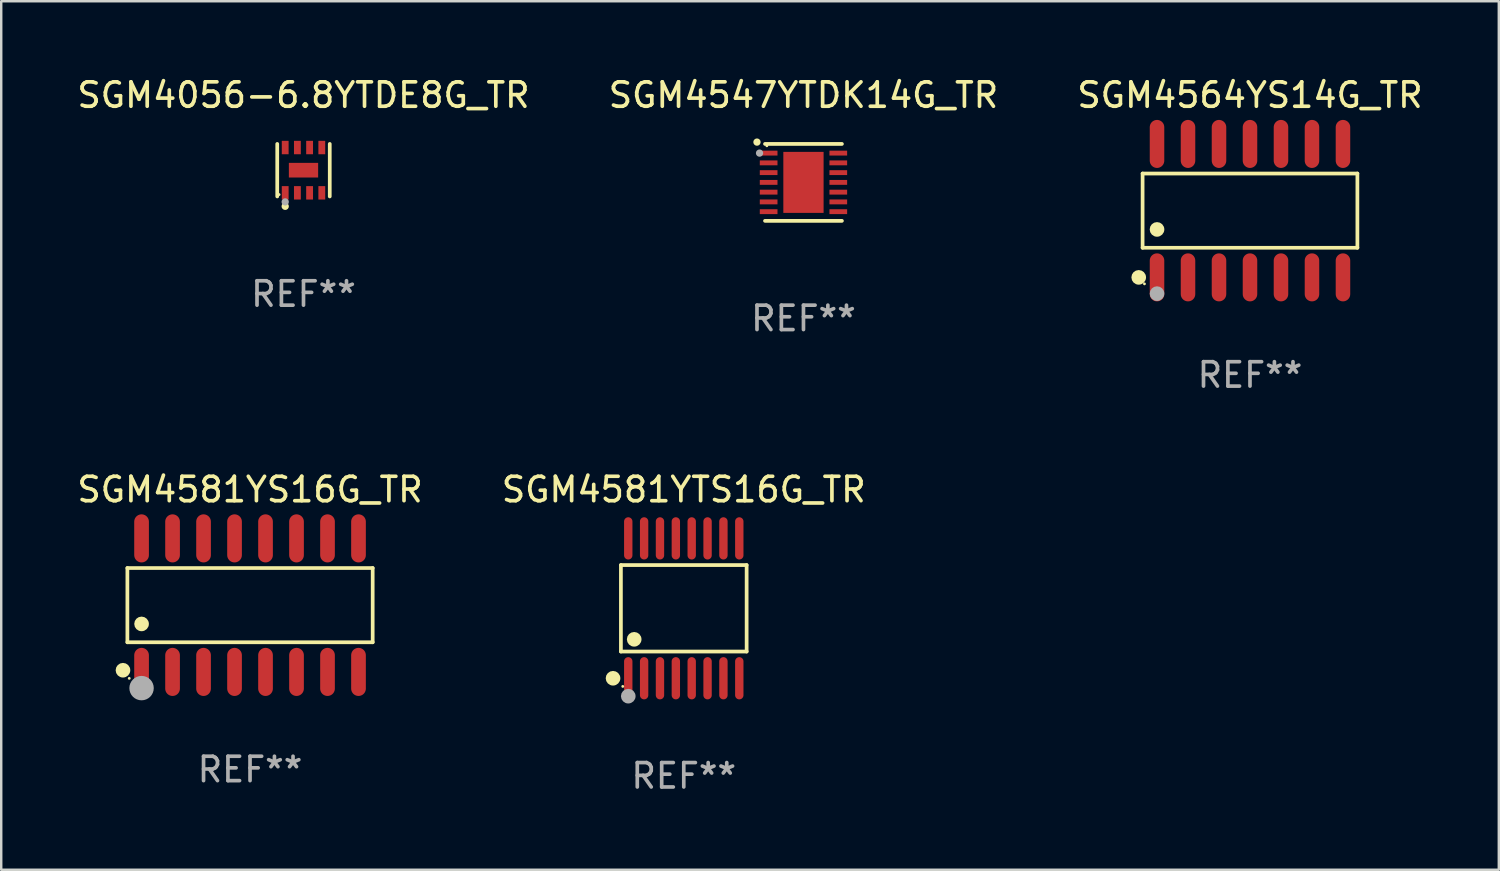
<source format=kicad_pcb>
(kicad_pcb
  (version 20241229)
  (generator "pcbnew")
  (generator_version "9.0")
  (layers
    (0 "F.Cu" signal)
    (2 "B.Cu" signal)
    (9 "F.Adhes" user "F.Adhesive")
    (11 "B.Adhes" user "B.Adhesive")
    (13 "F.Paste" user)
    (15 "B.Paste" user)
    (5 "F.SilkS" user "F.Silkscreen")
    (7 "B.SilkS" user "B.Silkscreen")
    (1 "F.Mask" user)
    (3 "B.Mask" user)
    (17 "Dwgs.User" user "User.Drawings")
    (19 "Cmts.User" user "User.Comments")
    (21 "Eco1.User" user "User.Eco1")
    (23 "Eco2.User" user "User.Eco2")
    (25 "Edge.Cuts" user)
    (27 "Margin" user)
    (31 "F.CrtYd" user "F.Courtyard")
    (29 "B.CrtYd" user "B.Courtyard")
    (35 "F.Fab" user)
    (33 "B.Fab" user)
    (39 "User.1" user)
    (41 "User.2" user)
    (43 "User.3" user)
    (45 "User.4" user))
  (footprint "SGM4564YS14G_TR"
    (layer "F.Cu")
    (at 48.173 5.582)
    (property "Reference" "SGM4564YS14G_TR" (at 0 -4.734 0) (layer "F.SilkS") (effects (font (size 1 1) (thickness 0.15))))
    (attr through_hole)
    (fp_line (start -4.401 -1.521) (end 4.401 -1.521) (stroke (width 0.152) (type solid)) (layer "F.SilkS"))
    (fp_line (start -4.401 1.521) (end -4.401 -1.521) (stroke (width 0.152) (type solid)) (layer "F.SilkS"))
    (fp_line (start 4.401 -1.521) (end 4.401 1.521) (stroke (width 0.152) (type solid)) (layer "F.SilkS"))
    (fp_line (start 4.401 1.521) (end -4.401 1.521) (stroke (width 0.152) (type solid)) (layer "F.SilkS"))
    (fp_circle (center -4.56 2.734) (end -4.41 2.734) (stroke (width 0.3) (type solid)) (fill no) (layer "F.SilkS"))
    (fp_circle (center -4.325 3) (end -4.295 3) (stroke (width 0.06) (type solid)) (fill no) (layer "F.SilkS"))
    (fp_circle (center -3.81 0.769) (end -3.66 0.769) (stroke (width 0.3) (type solid)) (fill no) (layer "F.SilkS"))
    (fp_circle (center -3.81 3.4) (end -3.66 3.4) (stroke (width 0.3) (type solid)) (fill no) (layer "F.Fab"))
    (fp_text user "REF**" (at 0 6.734 0) (layer "F.Fab") (effects (font (size 1 1) (thickness 0.15))))
    (pad "1" smd oval (at -3.81 2.734) (size 0.595 1.968) (layers "F.Cu" "F.Mask" "F.Paste"))
    (pad "2" smd oval (at -2.54 2.734) (size 0.595 1.968) (layers "F.Cu" "F.Mask" "F.Paste"))
    (pad "3" smd oval (at -1.27 2.734) (size 0.595 1.968) (layers "F.Cu" "F.Mask" "F.Paste"))
    (pad "4" smd oval (at 0 2.734) (size 0.595 1.968) (layers "F.Cu" "F.Mask" "F.Paste"))
    (pad "5" smd oval (at 1.27 2.734) (size 0.595 1.968) (layers "F.Cu" "F.Mask" "F.Paste"))
    (pad "6" smd oval (at 2.54 2.734) (size 0.595 1.968) (layers "F.Cu" "F.Mask" "F.Paste"))
    (pad "7" smd oval (at 3.81 2.734) (size 0.595 1.968) (layers "F.Cu" "F.Mask" "F.Paste"))
    (pad "8" smd oval (at 3.81 -2.734) (size 0.595 1.968) (layers "F.Cu" "F.Mask" "F.Paste"))
    (pad "9" smd oval (at 2.54 -2.734) (size 0.595 1.968) (layers "F.Cu" "F.Mask" "F.Paste"))
    (pad "10" smd oval (at 1.27 -2.734) (size 0.595 1.968) (layers "F.Cu" "F.Mask" "F.Paste"))
    (pad "11" smd oval (at 0 -2.734) (size 0.595 1.968) (layers "F.Cu" "F.Mask" "F.Paste"))
    (pad "12" smd oval (at -1.27 -2.734) (size 0.595 1.968) (layers "F.Cu" "F.Mask" "F.Paste"))
    (pad "13" smd oval (at -2.54 -2.734) (size 0.595 1.968) (layers "F.Cu" "F.Mask" "F.Paste"))
    (pad "14" smd oval (at -3.81 -2.734) (size 0.595 1.968) (layers "F.Cu" "F.Mask" "F.Paste")))
  (footprint "SGM4547YTDK14G_TR"
    (layer "F.Cu")
    (at 29.875 4.424)
    (property "Reference" "SGM4547YTDK14G_TR" (at 0 -3.576 0) (layer "F.SilkS") (effects (font (size 1 1) (thickness 0.15))))
    (attr through_hole)
    (fp_line (start -1.576 -1.576) (end 1.576 -1.576) (stroke (width 0.152) (type solid)) (layer "F.SilkS"))
    (fp_line (start -1.576 1.576) (end 1.576 1.576) (stroke (width 0.152) (type solid)) (layer "F.SilkS"))
    (fp_circle (center -1.905 -1.651) (end -1.83 -1.651) (stroke (width 0.15) (type solid)) (fill no) (layer "F.SilkS"))
    (fp_circle (center -1.5 -1.5) (end -1.47 -1.5) (stroke (width 0.06) (type solid)) (fill no) (layer "F.SilkS"))
    (fp_circle (center -1.8 -1.2) (end -1.725 -1.2) (stroke (width 0.15) (type solid)) (fill no) (layer "F.Fab"))
    (fp_text user "REF**" (at 0 5.576 0) (layer "F.Fab") (effects (font (size 1 1) (thickness 0.15))))
    (pad "1" smd rect (at -1.427 -1.2) (size 0.725 0.2) (layers "F.Cu" "F.Mask" "F.Paste"))
    (pad "2" smd rect (at -1.427 -0.8) (size 0.725 0.2) (layers "F.Cu" "F.Mask" "F.Paste"))
    (pad "3" smd rect (at -1.427 -0.4) (size 0.725 0.2) (layers "F.Cu" "F.Mask" "F.Paste"))
    (pad "4" smd rect (at -1.427 0) (size 0.725 0.2) (layers "F.Cu" "F.Mask" "F.Paste"))
    (pad "5" smd rect (at -1.427 0.4) (size 0.725 0.2) (layers "F.Cu" "F.Mask" "F.Paste"))
    (pad "6" smd rect (at -1.427 0.8) (size 0.725 0.2) (layers "F.Cu" "F.Mask" "F.Paste"))
    (pad "7" smd rect (at -1.427 1.2) (size 0.725 0.2) (layers "F.Cu" "F.Mask" "F.Paste"))
    (pad "8" smd rect (at 1.427 1.2) (size 0.725 0.2) (layers "F.Cu" "F.Mask" "F.Paste"))
    (pad "9" smd rect (at 1.427 0.8) (size 0.725 0.2) (layers "F.Cu" "F.Mask" "F.Paste"))
    (pad "10" smd rect (at 1.427 0.4) (size 0.725 0.2) (layers "F.Cu" "F.Mask" "F.Paste"))
    (pad "11" smd rect (at 1.427 0) (size 0.725 0.2) (layers "F.Cu" "F.Mask" "F.Paste"))
    (pad "12" smd rect (at 1.427 -0.4) (size 0.725 0.2) (layers "F.Cu" "F.Mask" "F.Paste"))
    (pad "13" smd rect (at 1.427 -0.8) (size 0.725 0.2) (layers "F.Cu" "F.Mask" "F.Paste"))
    (pad "14" smd rect (at 1.427 -1.2) (size 0.725 0.2) (layers "F.Cu" "F.Mask" "F.Paste"))
    (pad "15" smd rect (at 0 0) (size 1.65 2.5) (layers "F.Cu" "F.Mask" "F.Paste")))
  (footprint "SGM4581YTS16G_TR"
    (layer "F.Cu")
    (at 24.97 21.878)
    (property "Reference" "SGM4581YTS16G_TR" (at 0 -4.866 0) (layer "F.SilkS") (effects (font (size 1 1) (thickness 0.15))))
    (attr through_hole)
    (fp_line (start -2.576 -1.772) (end 2.576 -1.772) (stroke (width 0.152) (type solid)) (layer "F.SilkS"))
    (fp_line (start -2.576 1.771) (end -2.576 -1.772) (stroke (width 0.152) (type solid)) (layer "F.SilkS"))
    (fp_line (start 2.576 -1.772) (end 2.576 1.771) (stroke (width 0.152) (type solid)) (layer "F.SilkS"))
    (fp_line (start 2.576 1.771) (end -2.576 1.771) (stroke (width 0.152) (type solid)) (layer "F.SilkS"))
    (fp_circle (center -2.899 2.866) (end -2.749 2.866) (stroke (width 0.3) (type solid)) (fill no) (layer "F.SilkS"))
    (fp_circle (center -2.5 3.2) (end -2.47 3.2) (stroke (width 0.06) (type solid)) (fill no) (layer "F.SilkS"))
    (fp_circle (center -2.032 1.27) (end -1.882 1.27) (stroke (width 0.3) (type solid)) (fill no) (layer "F.SilkS"))
    (fp_circle (center -2.275 3.6) (end -2.125 3.6) (stroke (width 0.3) (type solid)) (fill no) (layer "F.Fab"))
    (fp_text user "REF**" (at 0 6.866 0) (layer "F.Fab") (effects (font (size 1 1) (thickness 0.15))))
    (pad "1" smd oval (at -2.275 2.866) (size 0.343 1.731) (layers "F.Cu" "F.Mask" "F.Paste"))
    (pad "2" smd oval (at -1.625 2.866) (size 0.343 1.731) (layers "F.Cu" "F.Mask" "F.Paste"))
    (pad "3" smd oval (at -0.975 2.866) (size 0.343 1.731) (layers "F.Cu" "F.Mask" "F.Paste"))
    (pad "4" smd oval (at -0.325 2.866) (size 0.343 1.731) (layers "F.Cu" "F.Mask" "F.Paste"))
    (pad "5" smd oval (at 0.325 2.866) (size 0.343 1.731) (layers "F.Cu" "F.Mask" "F.Paste"))
    (pad "6" smd oval (at 0.975 2.866) (size 0.343 1.731) (layers "F.Cu" "F.Mask" "F.Paste"))
    (pad "7" smd oval (at 1.625 2.866) (size 0.343 1.731) (layers "F.Cu" "F.Mask" "F.Paste"))
    (pad "8" smd oval (at 2.275 2.866) (size 0.343 1.731) (layers "F.Cu" "F.Mask" "F.Paste"))
    (pad "9" smd oval (at 2.275 -2.866) (size 0.343 1.731) (layers "F.Cu" "F.Mask" "F.Paste"))
    (pad "10" smd oval (at 1.625 -2.866) (size 0.343 1.731) (layers "F.Cu" "F.Mask" "F.Paste"))
    (pad "11" smd oval (at 0.975 -2.866) (size 0.343 1.731) (layers "F.Cu" "F.Mask" "F.Paste"))
    (pad "12" smd oval (at 0.325 -2.866) (size 0.343 1.731) (layers "F.Cu" "F.Mask" "F.Paste"))
    (pad "13" smd oval (at -0.325 -2.866) (size 0.343 1.731) (layers "F.Cu" "F.Mask" "F.Paste"))
    (pad "14" smd oval (at -0.975 -2.866) (size 0.343 1.731) (layers "F.Cu" "F.Mask" "F.Paste"))
    (pad "15" smd oval (at -1.625 -2.866) (size 0.343 1.731) (layers "F.Cu" "F.Mask" "F.Paste"))
    (pad "16" smd oval (at -2.275 -2.866) (size 0.343 1.731) (layers "F.Cu" "F.Mask" "F.Paste")))
  (footprint "SGM4581YS16G_TR"
    (layer "F.Cu")
    (at 7.196 21.748)
    (property "Reference" "SGM4581YS16G_TR" (at 0 -4.736 0) (layer "F.SilkS") (effects (font (size 1 1) (thickness 0.15))))
    (attr through_hole)
    (fp_line (start -5.026 -1.521) (end 5.026 -1.521) (stroke (width 0.152) (type solid)) (layer "F.SilkS"))
    (fp_line (start -5.026 1.521) (end -5.026 -1.521) (stroke (width 0.152) (type solid)) (layer "F.SilkS"))
    (fp_line (start 5.026 -1.521) (end 5.026 1.521) (stroke (width 0.152) (type solid)) (layer "F.SilkS"))
    (fp_line (start 5.026 1.521) (end -5.026 1.521) (stroke (width 0.152) (type solid)) (layer "F.SilkS"))
    (fp_circle (center -5.207 2.667) (end -5.057 2.667) (stroke (width 0.3) (type solid)) (fill no) (layer "F.SilkS"))
    (fp_circle (center -4.95 3) (end -4.92 3) (stroke (width 0.06) (type solid)) (fill no) (layer "F.SilkS"))
    (fp_circle (center -4.445 0.769) (end -4.295 0.769) (stroke (width 0.3) (type solid)) (fill no) (layer "F.SilkS"))
    (fp_circle (center -4.445 3.4) (end -4.195 3.4) (stroke (width 0.5) (type solid)) (fill no) (layer "F.Fab"))
    (fp_text user "REF**" (at 0 6.736 0) (layer "F.Fab") (effects (font (size 1 1) (thickness 0.15))))
    (pad "1" smd oval (at -4.445 2.736) (size 0.602 1.971) (layers "F.Cu" "F.Mask" "F.Paste"))
    (pad "2" smd oval (at -3.175 2.736) (size 0.602 1.971) (layers "F.Cu" "F.Mask" "F.Paste"))
    (pad "3" smd oval (at -1.905 2.736) (size 0.602 1.971) (layers "F.Cu" "F.Mask" "F.Paste"))
    (pad "4" smd oval (at -0.635 2.736) (size 0.602 1.971) (layers "F.Cu" "F.Mask" "F.Paste"))
    (pad "5" smd oval (at 0.635 2.736) (size 0.602 1.971) (layers "F.Cu" "F.Mask" "F.Paste"))
    (pad "6" smd oval (at 1.905 2.736) (size 0.602 1.971) (layers "F.Cu" "F.Mask" "F.Paste"))
    (pad "7" smd oval (at 3.175 2.736) (size 0.602 1.971) (layers "F.Cu" "F.Mask" "F.Paste"))
    (pad "8" smd oval (at 4.445 2.736) (size 0.602 1.971) (layers "F.Cu" "F.Mask" "F.Paste"))
    (pad "9" smd oval (at 4.445 -2.736) (size 0.602 1.971) (layers "F.Cu" "F.Mask" "F.Paste"))
    (pad "10" smd oval (at 3.175 -2.736) (size 0.602 1.971) (layers "F.Cu" "F.Mask" "F.Paste"))
    (pad "11" smd oval (at 1.905 -2.736) (size 0.602 1.971) (layers "F.Cu" "F.Mask" "F.Paste"))
    (pad "12" smd oval (at 0.635 -2.736) (size 0.602 1.971) (layers "F.Cu" "F.Mask" "F.Paste"))
    (pad "13" smd oval (at -0.635 -2.736) (size 0.602 1.971) (layers "F.Cu" "F.Mask" "F.Paste"))
    (pad "14" smd oval (at -1.905 -2.736) (size 0.602 1.971) (layers "F.Cu" "F.Mask" "F.Paste"))
    (pad "15" smd oval (at -3.175 -2.736) (size 0.602 1.971) (layers "F.Cu" "F.Mask" "F.Paste"))
    (pad "16" smd oval (at -4.445 -2.736) (size 0.602 1.971) (layers "F.Cu" "F.Mask" "F.Paste")))
  (footprint "SGM4056-6.8YTDE8G_TR"
    (layer "F.Cu")
    (at 9.387 3.924)
    (property "Reference" "SGM4056-6.8YTDE8G_TR" (at 0 -3.076 0) (layer "F.SilkS") (effects (font (size 1 1) (thickness 0.15))))
    (attr through_hole)
    (fp_line (start -1.076 1.076) (end -1.076 -1.076) (stroke (width 0.152) (type solid)) (layer "F.SilkS"))
    (fp_line (start 1.076 1.076) (end 1.076 -1.076) (stroke (width 0.152) (type solid)) (layer "F.SilkS"))
    (fp_circle (center -1 1) (end -0.97 1) (stroke (width 0.06) (type solid)) (fill no) (layer "F.SilkS"))
    (fp_circle (center -0.75 1.48) (end -0.675 1.48) (stroke (width 0.15) (type solid)) (fill no) (layer "F.SilkS"))
    (fp_circle (center -0.75 1.3) (end -0.675 1.3) (stroke (width 0.15) (type solid)) (fill no) (layer "F.Fab"))
    (fp_text user "REF**" (at 0 5.076 0) (layer "F.Fab") (effects (font (size 1 1) (thickness 0.15))))
    (pad "1" smd rect (at -0.75 0.928) (size 0.28 0.55) (layers "F.Cu" "F.Mask" "F.Paste"))
    (pad "2" smd rect (at -0.25 0.928) (size 0.28 0.55) (layers "F.Cu" "F.Mask" "F.Paste"))
    (pad "3" smd rect (at 0.25 0.928) (size 0.28 0.55) (layers "F.Cu" "F.Mask" "F.Paste"))
    (pad "4" smd rect (at 0.75 0.928) (size 0.28 0.55) (layers "F.Cu" "F.Mask" "F.Paste"))
    (pad "5" smd rect (at 0.75 -0.928) (size 0.28 0.55) (layers "F.Cu" "F.Mask" "F.Paste"))
    (pad "6" smd rect (at 0.25 -0.928) (size 0.28 0.55) (layers "F.Cu" "F.Mask" "F.Paste"))
    (pad "7" smd rect (at -0.25 -0.928) (size 0.28 0.55) (layers "F.Cu" "F.Mask" "F.Paste"))
    (pad "8" smd rect (at -0.75 -0.928) (size 0.28 0.55) (layers "F.Cu" "F.Mask" "F.Paste"))
    (pad "9" smd rect (at 0 0) (size 1.2 0.6) (layers "F.Cu" "F.Mask" "F.Paste")))
  (gr_rect
    (start -3 -3)
    (end 58.369 32.592)
    (stroke (width 0.1) (type default))
    (fill no)
    (layer "Edge.Cuts")))
</source>
